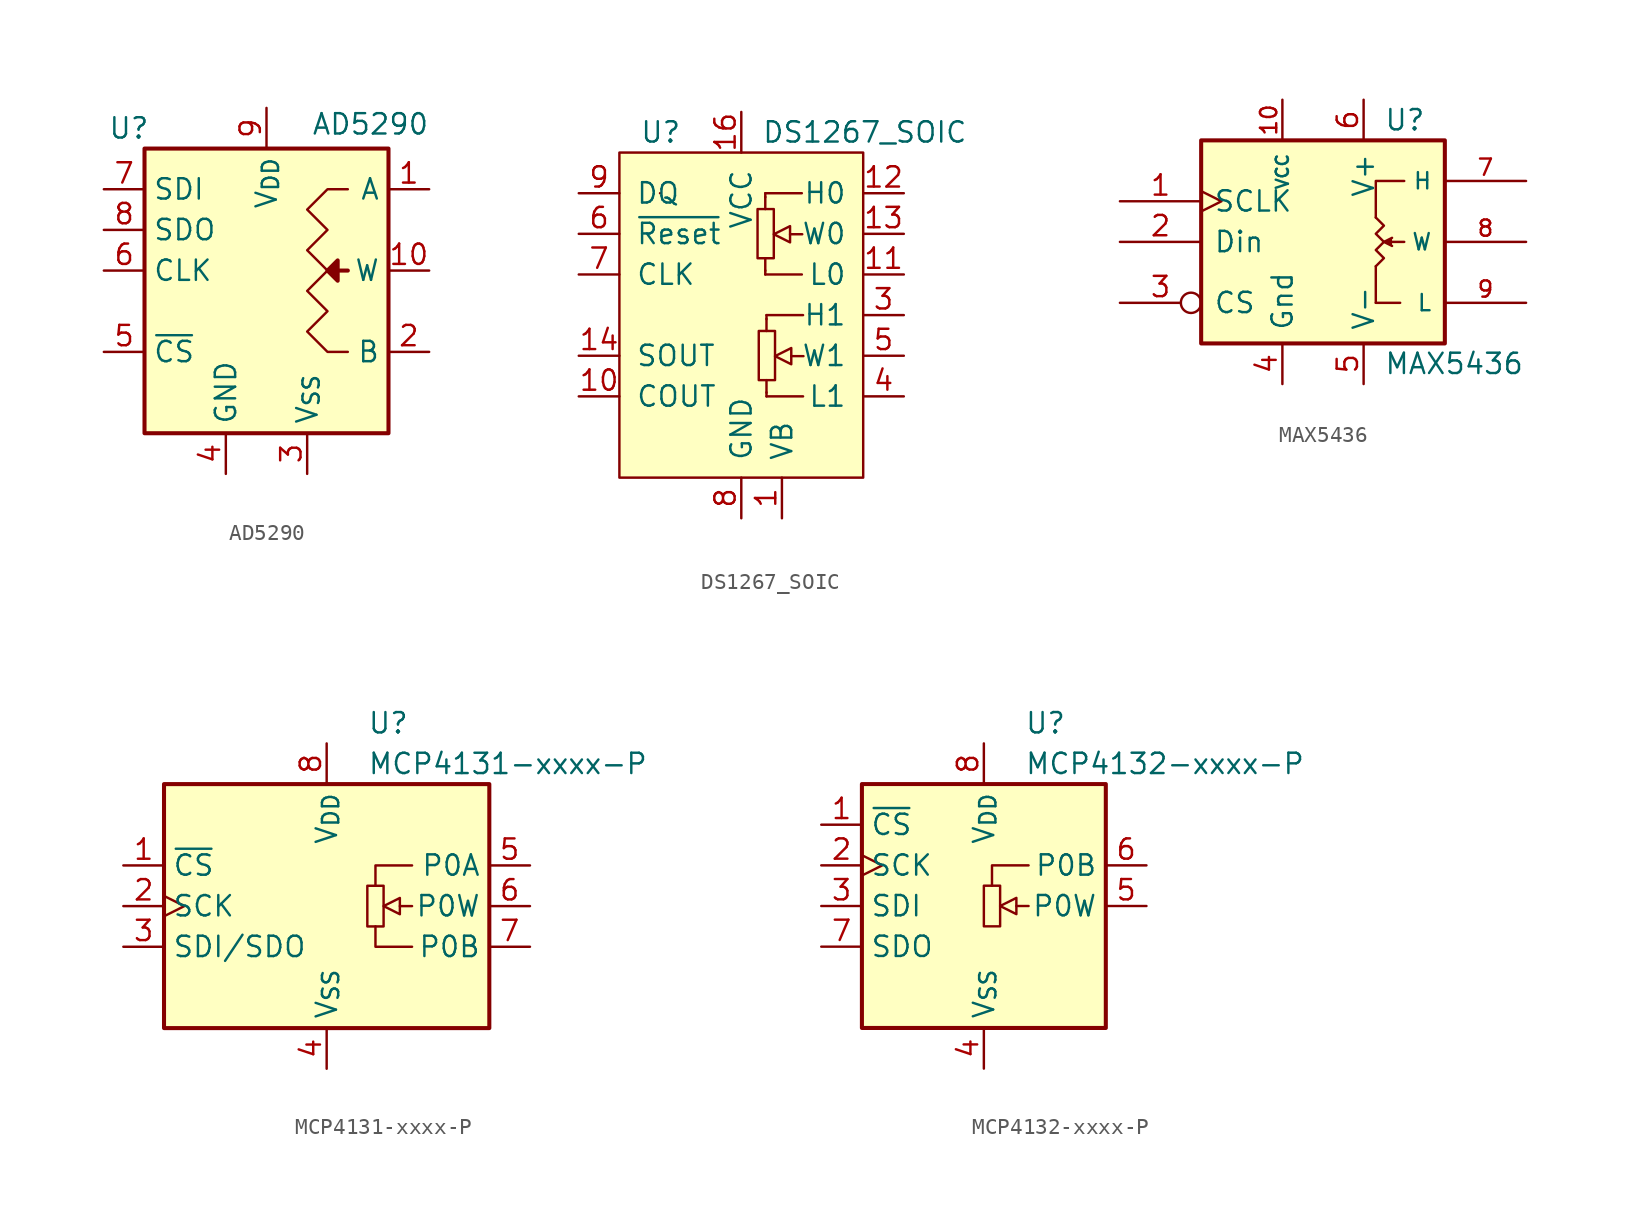
<source format=kicad_sym>
(kicad_symbol_lib
  (version 20241209)
  (generator "kicad_symbol_editor")
  (generator_version "9.0")
  (symbol "AD5290"
    (property "Reference" "U"
      (at -9.906 8.89 0)
      (effects (font (size 1.27 1.27)) (justify left)))
    (property "Value" "AD5290"
      (at 2.794 9.144 0)
      (effects (font (size 1.27 1.27)) (justify left)))
    (symbol "AD5290_0_1"
      (rectangle (start -7.62 7.62) (end 7.62 -10.16) (stroke (width 0.254) (type default)) (fill (type background)))
      (polyline (pts (xy 3.81 0) (xy 4.445 0.635) (xy 4.445 -0.635) (xy 3.81 0)) (stroke (width 0.254) (type default)) (fill (type outline)))
      (polyline (pts (xy 4.445 0) (xy 5.08 0)) (stroke (width 0.254) (type default)) (fill (type none)))
      (polyline (pts (xy 5.08 5.08) (xy 3.81 5.08) (xy 2.54 3.81) (xy 3.81 2.54) (xy 2.54 1.27) (xy 3.81 0) (xy 2.54 -1.27) (xy 3.81 -2.54) (xy 2.54 -3.81) (xy 3.81 -5.08) (xy 5.08 -5.08) (xy 5.08 -5.08) (xy 5.08 -5.08)) (stroke (width 0) (type default)) (fill (type none))))
    (symbol "AD5290_1_1"
      (pin input line (at -10.16 5.08 0) (length 2.54) (name "SDI" (effects (font (size 1.27 1.27)))) (number "7" (effects (font (size 1.27 1.27)))))
      (pin output line (at -10.16 2.54 0) (length 2.54) (name "SDO" (effects (font (size 1.27 1.27)))) (number "8" (effects (font (size 1.27 1.27)))))
      (pin input line (at -10.16 0 0) (length 2.54) (name "CLK" (effects (font (size 1.27 1.27)))) (number "6" (effects (font (size 1.27 1.27)))))
      (pin input line (at -10.16 -5.08 0) (length 2.54) (name "~{CS}" (effects (font (size 1.27 1.27)))) (number "5" (effects (font (size 1.27 1.27)))))
      (pin power_in line (at -2.54 -12.7 90) (length 2.54) (name "GND" (effects (font (size 1.27 1.27)))) (number "4" (effects (font (size 1.27 1.27)))))
      (pin power_in line (at 0 10.16 270) (length 2.54) (name "V_{DD}" (effects (font (size 1.27 1.27)))) (number "9" (effects (font (size 1.27 1.27)))))
      (pin power_in line (at 2.54 -12.7 90) (length 2.54) (name "V_{SS}" (effects (font (size 1.27 1.27)))) (number "3" (effects (font (size 1.27 1.27)))))
      (pin passive line (at 10.16 5.08 180) (length 2.54) (name "A" (effects (font (size 1.27 1.27)))) (number "1" (effects (font (size 1.27 1.27)))))
      (pin passive line (at 10.16 0 180) (length 2.54) (name "W" (effects (font (size 1.27 1.27)))) (number "10" (effects (font (size 1.27 1.27)))))
      (pin passive line (at 10.16 -5.08 180) (length 2.54) (name "B" (effects (font (size 1.27 1.27)))) (number "2" (effects (font (size 1.27 1.27)))))))
  (symbol "DS1267_SOIC"
    (pin_names
      (offset 1.016))
    (property "Reference" "U"
      (at -6.35 11.43 0)
      (effects (font (size 1.27 1.27)) (justify left)))
    (property "Value" "DS1267_SOIC"
      (at 1.27 11.43 0)
      (effects (font (size 1.27 1.27)) (justify left)))
    (symbol "DS1267_SOIC_0_1"
      (rectangle (start -7.62 10.16) (end 7.62 -10.16) (stroke (width 0) (type default)) (fill (type background)))
      (rectangle (start -5.08 7.62) (end -5.08 7.62) (stroke (width 0) (type default)) (fill (type none)))
      (polyline (pts (xy 1.499 7.62) (xy 1.499 7.366) (xy 1.499 7.366)) (stroke (width 0) (type default)) (fill (type none)))
      (polyline (pts (xy 1.499 7.62) (xy 3.785 7.62) (xy 3.785 7.62)) (stroke (width 0) (type default)) (fill (type background)))
      (polyline (pts (xy 1.499 6.629) (xy 1.499 7.391)) (stroke (width 0) (type default)) (fill (type none)))
      (polyline (pts (xy 1.499 2.769) (xy 1.499 3.556)) (stroke (width 0) (type default)) (fill (type none)))
      (polyline (pts (xy 1.499 2.54) (xy 1.499 2.794) (xy 1.499 2.794)) (stroke (width 0) (type default)) (fill (type background)))
      (polyline (pts (xy 1.499 2.54) (xy 3.785 2.54) (xy 3.785 2.54)) (stroke (width 0) (type default)) (fill (type background)))
      (polyline (pts (xy 1.575 0) (xy 1.575 -0.254) (xy 1.575 -0.254)) (stroke (width 0) (type default)) (fill (type none)))
      (polyline (pts (xy 1.575 0) (xy 3.861 0) (xy 3.861 0)) (stroke (width 0) (type default)) (fill (type background)))
      (polyline (pts (xy 1.575 -0.991) (xy 1.575 -0.229)) (stroke (width 0) (type default)) (fill (type none)))
      (polyline (pts (xy 1.575 -4.851) (xy 1.575 -4.064)) (stroke (width 0) (type default)) (fill (type none)))
      (polyline (pts (xy 1.575 -5.08) (xy 1.575 -4.826) (xy 1.575 -4.826)) (stroke (width 0) (type default)) (fill (type background)))
      (polyline (pts (xy 1.575 -5.08) (xy 3.861 -5.08) (xy 3.861 -5.08)) (stroke (width 0) (type default)) (fill (type background)))
      (rectangle (start 2.032 6.629) (end 1.016 3.556) (stroke (width 0) (type default)) (fill (type none)))
      (rectangle (start 2.108 -0.991) (end 1.092 -4.064) (stroke (width 0) (type default)) (fill (type none)))
      (polyline (pts (xy 3.048 5.563) (xy 3.048 4.547) (xy 2.032 5.055) (xy 3.048 5.563) (xy 3.048 5.563)) (stroke (width 0) (type default)) (fill (type background)))
      (polyline (pts (xy 3.048 5.055) (xy 3.81 5.055)) (stroke (width 0) (type default)) (fill (type none)))
      (polyline (pts (xy 3.124 -2.057) (xy 3.124 -3.073) (xy 2.108 -2.565) (xy 3.124 -2.057) (xy 3.124 -2.057)) (stroke (width 0) (type default)) (fill (type background)))
      (polyline (pts (xy 3.124 -2.565) (xy 3.886 -2.565)) (stroke (width 0) (type default)) (fill (type none))))
    (symbol "DS1267_SOIC_1_1"
      (pin input line (at -10.16 7.62 0) (length 2.54) (name "DQ" (effects (font (size 1.27 1.27)))) (number "9" (effects (font (size 1.27 1.27)))))
      (pin input line (at -10.16 5.08 0) (length 2.54) (name "~{Reset}" (effects (font (size 1.27 1.27)))) (number "6" (effects (font (size 1.27 1.27)))))
      (pin input line (at -10.16 2.54 0) (length 2.54) (name "CLK" (effects (font (size 1.27 1.27)))) (number "7" (effects (font (size 1.27 1.27)))))
      (pin output line (at -10.16 -2.54 0) (length 2.54) (name "SOUT" (effects (font (size 1.27 1.27)))) (number "14" (effects (font (size 1.27 1.27)))))
      (pin output line (at -10.16 -5.08 0) (length 2.54) (name "COUT" (effects (font (size 1.27 1.27)))) (number "10" (effects (font (size 1.27 1.27)))))
      (pin power_in line (at 0 12.7 270) (length 2.54) (name "VCC" (effects (font (size 1.27 1.27)))) (number "16" (effects (font (size 1.27 1.27)))))
      (pin power_in line (at 0 -12.7 90) (length 2.54) (name "GND" (effects (font (size 1.27 1.27)))) (number "8" (effects (font (size 1.27 1.27)))))
      (pin power_in line (at 2.54 -12.7 90) (length 2.54) (name "VB" (effects (font (size 1.27 1.27)))) (number "1" (effects (font (size 1.27 1.27)))))
      (pin passive line (at 10.16 7.62 180) (length 2.54) (name "H0" (effects (font (size 1.27 1.27)))) (number "12" (effects (font (size 1.27 1.27)))))
      (pin passive line (at 10.16 5.08 180) (length 2.54) (name "W0" (effects (font (size 1.27 1.27)))) (number "13" (effects (font (size 1.27 1.27)))))
      (pin passive line (at 10.16 2.54 180) (length 2.54) (name "L0" (effects (font (size 1.27 1.27)))) (number "11" (effects (font (size 1.27 1.27)))))
      (pin passive line (at 10.16 0 180) (length 2.54) (name "H1" (effects (font (size 1.27 1.27)))) (number "3" (effects (font (size 1.27 1.27)))))
      (pin passive line (at 10.16 -2.54 180) (length 2.54) (name "W1" (effects (font (size 1.27 1.27)))) (number "5" (effects (font (size 1.27 1.27)))))
      (pin passive line (at 10.16 -5.08 180) (length 2.54) (name "L1" (effects (font (size 1.27 1.27)))) (number "4" (effects (font (size 1.27 1.27)))))))
  (symbol "MAX5436"
    (pin_names
      (offset 0.762))
    (property "Reference" "U"
      (at 3.81 7.62 0)
      (effects (font (size 1.27 1.27)) (justify left)))
    (property "Value" "MAX5436"
      (at 3.81 -7.62 0)
      (effects (font (size 1.27 1.27)) (justify left)))
    (symbol "MAX5436_0_1"
      (rectangle (start -7.62 6.35) (end 7.62 -6.35) (stroke (width 0.254) (type default)) (fill (type background)))
      (polyline (pts (xy 3.302 1.524) (xy 3.302 3.81) (xy 5.08 3.81)) (stroke (width 0) (type default)) (fill (type none)))
      (polyline (pts (xy 3.302 -1.524) (xy 3.302 -3.81)) (stroke (width 0) (type default)) (fill (type none)))
      (polyline (pts (xy 3.81 0) (xy 3.302 0.508) (xy 3.81 1.016) (xy 3.302 1.524)) (stroke (width 0) (type default)) (fill (type none)))
      (polyline (pts (xy 3.81 0) (xy 3.302 -0.508) (xy 3.81 -1.016) (xy 3.302 -1.524) (xy 3.302 -1.524)) (stroke (width 0) (type default)) (fill (type none)))
      (polyline (pts (xy 4.318 -0.254) (xy 3.81 0) (xy 4.318 0.254)) (stroke (width 0) (type default)) (fill (type outline)))
      (polyline (pts (xy 4.826 -3.81) (xy 3.302 -3.81)) (stroke (width 0) (type default)) (fill (type none)))
      (polyline (pts (xy 5.08 0) (xy 4.318 0)) (stroke (width 0) (type default)) (fill (type none))))
    (symbol "MAX5436_1_1"
      (pin input clock (at -12.7 2.54 0) (length 5.08) (name "SCLK" (effects (font (size 1.27 1.27)))) (number "1" (effects (font (size 1.27 1.27)))))
      (pin input line (at -12.7 0 0) (length 5.08) (name "Din" (effects (font (size 1.27 1.27)))) (number "2" (effects (font (size 1.27 1.27)))))
      (pin input inverted (at -12.7 -3.81 0) (length 5.08) (name "CS" (effects (font (size 1.27 1.27)))) (number "3" (effects (font (size 1.27 1.27)))))
      (pin power_in line (at -2.54 8.89 270) (length 2.54) (name "VCC" (effects (font (size 0.762 0.762)))) (number "10" (effects (font (size 1.016 1.016)))))
      (pin power_in line (at -2.54 -8.89 90) (length 2.54) (name "Gnd" (effects (font (size 1.27 1.27)))) (number "4" (effects (font (size 1.27 1.27)))))
      (pin power_in line (at 2.54 8.89 270) (length 2.54) (name "V+" (effects (font (size 1.27 1.27)))) (number "6" (effects (font (size 1.27 1.27)))))
      (pin power_in line (at 2.54 -8.89 90) (length 2.54) (name "V-" (effects (font (size 1.27 1.27)))) (number "5" (effects (font (size 1.27 1.27)))))
      (pin passive line (at 12.7 3.81 180) (length 5.08) (name "H" (effects (font (size 1.016 1.016)))) (number "7" (effects (font (size 1.016 1.016)))))
      (pin passive line (at 12.7 0 180) (length 5.08) (name "W" (effects (font (size 1.016 1.016)))) (number "8" (effects (font (size 1.016 1.016)))))
      (pin passive line (at 12.7 -3.81 180) (length 5.08) (name "L" (effects (font (size 1.016 1.016)))) (number "9" (effects (font (size 1.016 1.016)))))))
  (symbol "MCP4131-xxxx-P"
    (property "Reference" "U"
      (at 2.54 11.43 0)
      (effects (font (size 1.27 1.27)) (justify left)))
    (property "Value" "MCP4131-xxxx-P"
      (at 2.54 8.89 0)
      (effects (font (size 1.27 1.27)) (justify left)))
    (symbol "MCP4131-xxxx-P_0_0"
      (pin input line (at -12.7 2.54 0) (length 2.54) (name "~{CS}" (effects (font (size 1.27 1.27)))) (number "1" (effects (font (size 1.27 1.27)))))
      (pin input clock (at -12.7 0 0) (length 2.54) (name "SCK" (effects (font (size 1.27 1.27)))) (number "2" (effects (font (size 1.27 1.27)))))
      (pin bidirectional line (at -12.7 -2.54 0) (length 2.54) (name "SDI/SDO" (effects (font (size 1.27 1.27)))) (number "3" (effects (font (size 1.27 1.27)))))
      (pin power_in line (at 0 10.16 270) (length 2.54) (name "V_{DD}" (effects (font (size 1.27 1.27)))) (number "8" (effects (font (size 1.27 1.27)))))
      (pin power_in line (at 0 -10.16 90) (length 2.54) (name "V_{SS}" (effects (font (size 1.27 1.27)))) (number "4" (effects (font (size 1.27 1.27)))))
      (pin passive line (at 12.7 2.54 180) (length 2.54) (name "P0A" (effects (font (size 1.27 1.27)))) (number "5" (effects (font (size 1.27 1.27)))))
      (pin passive line (at 12.7 0 180) (length 2.54) (name "P0W" (effects (font (size 1.27 1.27)))) (number "6" (effects (font (size 1.27 1.27)))))
      (pin passive line (at 12.7 -2.54 180) (length 2.54) (name "P0B" (effects (font (size 1.27 1.27)))) (number "7" (effects (font (size 1.27 1.27))))))
    (symbol "MCP4131-xxxx-P_0_1"
      (rectangle (start 2.54 1.27) (end 3.556 -1.27) (stroke (width 0) (type default)) (fill (type none)))
      (polyline (pts (xy 3.048 -1.27) (xy 3.048 -2.54) (xy 5.334 -2.54)) (stroke (width 0) (type default)) (fill (type none)))
      (polyline (pts (xy 4.572 0.508) (xy 3.556 0) (xy 4.572 -0.508) (xy 4.572 0.508)) (stroke (width 0) (type default)) (fill (type none)))
      (polyline (pts (xy 4.572 0) (xy 5.334 0)) (stroke (width 0) (type default)) (fill (type none)))
      (polyline (pts (xy 5.334 2.54) (xy 3.048 2.54) (xy 3.048 1.27)) (stroke (width 0) (type default)) (fill (type none))))
    (symbol "MCP4131-xxxx-P_1_1"
      (rectangle (start -10.16 7.62) (end 10.16 -7.62) (stroke (width 0.254) (type default)) (fill (type background)))))
  (symbol "MCP4132-xxxx-P"
    (property "Reference" "U"
      (at 2.54 11.43 0)
      (effects (font (size 1.27 1.27)) (justify left)))
    (property "Value" "MCP4132-xxxx-P"
      (at 2.54 8.89 0)
      (effects (font (size 1.27 1.27)) (justify left)))
    (symbol "MCP4132-xxxx-P_0_0"
      (pin input line (at -10.16 5.08 0) (length 2.54) (name "~{CS}" (effects (font (size 1.27 1.27)))) (number "1" (effects (font (size 1.27 1.27)))))
      (pin input clock (at -10.16 2.54 0) (length 2.54) (name "SCK" (effects (font (size 1.27 1.27)))) (number "2" (effects (font (size 1.27 1.27)))))
      (pin power_in line (at 0 10.16 270) (length 2.54) (name "V_{DD}" (effects (font (size 1.27 1.27)))) (number "8" (effects (font (size 1.27 1.27)))))
      (pin power_in line (at 0 -10.16 90) (length 2.54) (name "V_{SS}" (effects (font (size 1.27 1.27)))) (number "4" (effects (font (size 1.27 1.27))))))
    (symbol "MCP4132-xxxx-P_0_1"
      (rectangle (start 0 1.27) (end 1.016 -1.27) (stroke (width 0) (type default)) (fill (type none)))
      (polyline (pts (xy 2.032 0.508) (xy 1.016 0) (xy 2.032 -0.508) (xy 2.032 0.508)) (stroke (width 0) (type default)) (fill (type none)))
      (polyline (pts (xy 2.032 0) (xy 2.794 0)) (stroke (width 0) (type default)) (fill (type none)))
      (polyline (pts (xy 2.794 2.54) (xy 0.508 2.54) (xy 0.508 1.27)) (stroke (width 0) (type default)) (fill (type none))))
    (symbol "MCP4132-xxxx-P_1_0"
      (pin input line (at -10.16 0 0) (length 2.54) (name "SDI" (effects (font (size 1.27 1.27)))) (number "3" (effects (font (size 1.27 1.27)))))
      (pin output line (at -10.16 -2.54 0) (length 2.54) (name "SDO" (effects (font (size 1.27 1.27)))) (number "7" (effects (font (size 1.27 1.27)))))
      (pin passive line (at 10.16 2.54 180) (length 2.54) (name "P0B" (effects (font (size 1.27 1.27)))) (number "6" (effects (font (size 1.27 1.27)))))
      (pin passive line (at 10.16 0 180) (length 2.54) (name "P0W" (effects (font (size 1.27 1.27)))) (number "5" (effects (font (size 1.27 1.27))))))
    (symbol "MCP4132-xxxx-P_1_1"
      (rectangle (start -7.62 7.62) (end 7.62 -7.62) (stroke (width 0.254) (type default)) (fill (type background))))))
</source>
